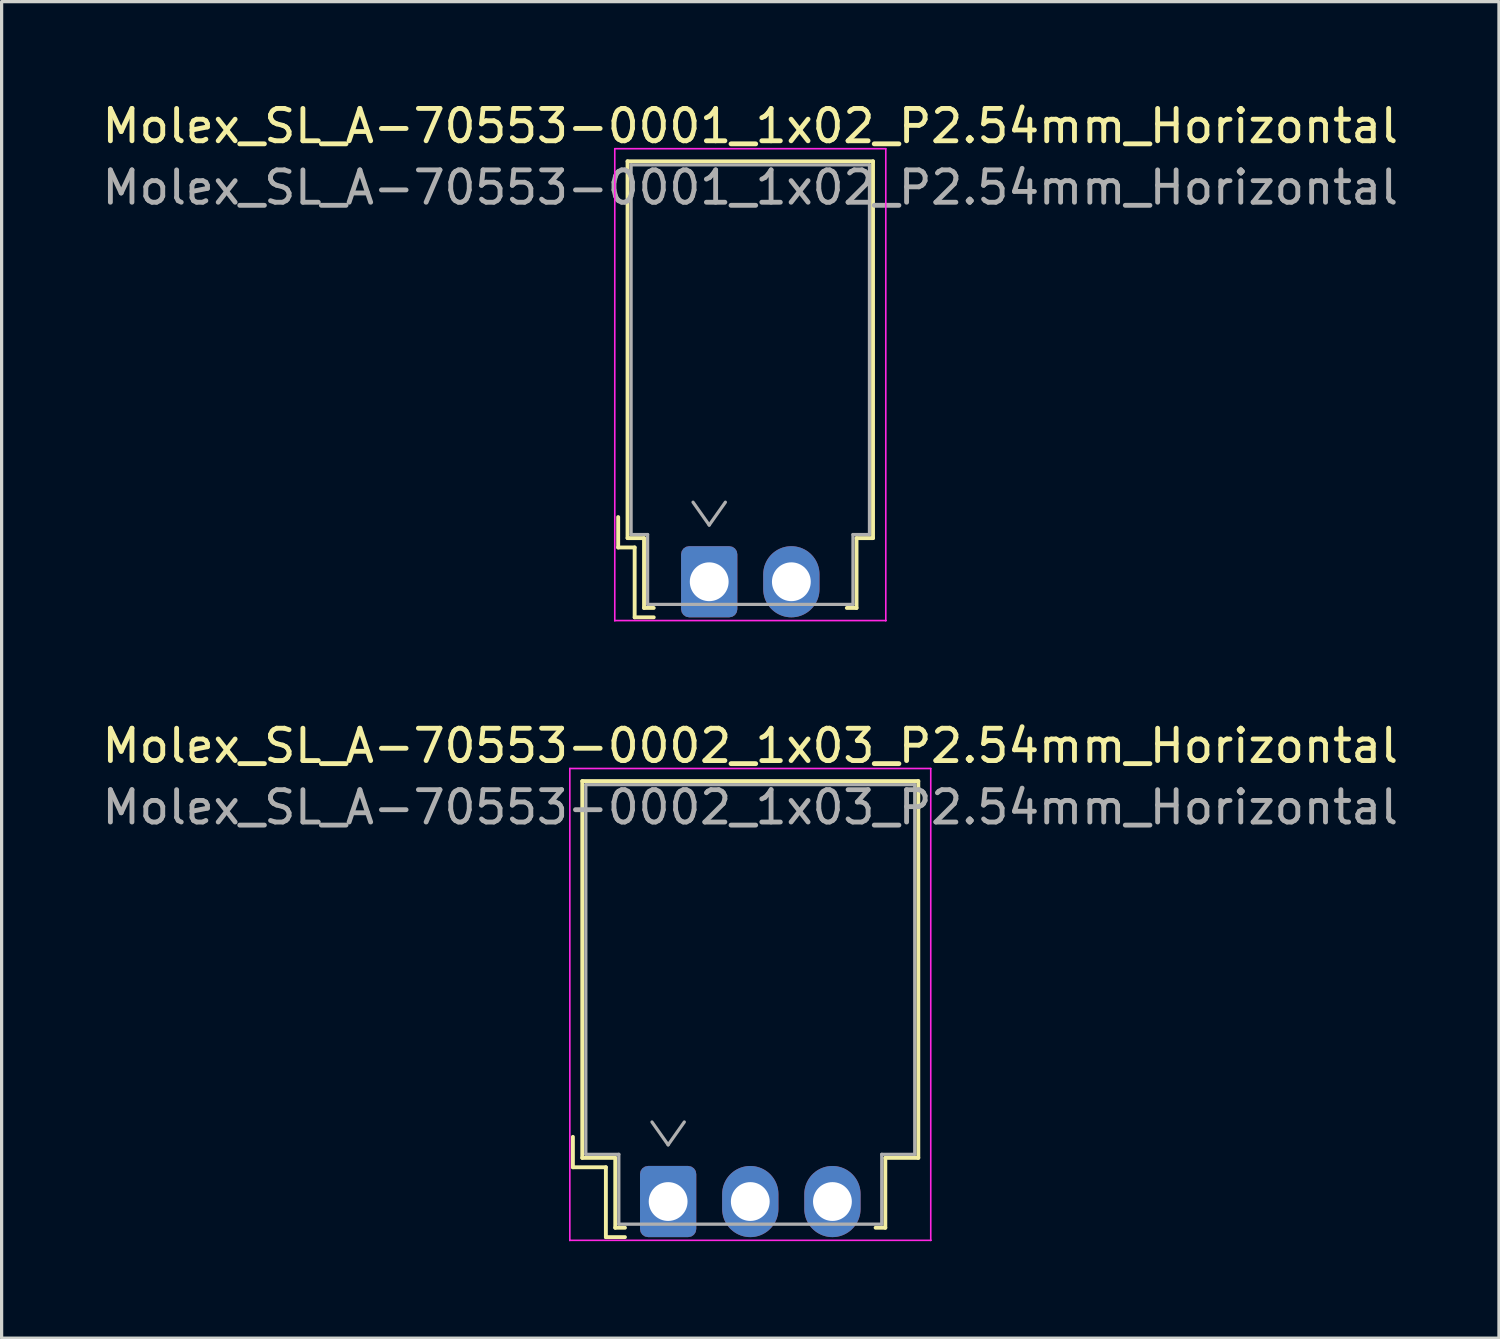
<source format=kicad_pcb>
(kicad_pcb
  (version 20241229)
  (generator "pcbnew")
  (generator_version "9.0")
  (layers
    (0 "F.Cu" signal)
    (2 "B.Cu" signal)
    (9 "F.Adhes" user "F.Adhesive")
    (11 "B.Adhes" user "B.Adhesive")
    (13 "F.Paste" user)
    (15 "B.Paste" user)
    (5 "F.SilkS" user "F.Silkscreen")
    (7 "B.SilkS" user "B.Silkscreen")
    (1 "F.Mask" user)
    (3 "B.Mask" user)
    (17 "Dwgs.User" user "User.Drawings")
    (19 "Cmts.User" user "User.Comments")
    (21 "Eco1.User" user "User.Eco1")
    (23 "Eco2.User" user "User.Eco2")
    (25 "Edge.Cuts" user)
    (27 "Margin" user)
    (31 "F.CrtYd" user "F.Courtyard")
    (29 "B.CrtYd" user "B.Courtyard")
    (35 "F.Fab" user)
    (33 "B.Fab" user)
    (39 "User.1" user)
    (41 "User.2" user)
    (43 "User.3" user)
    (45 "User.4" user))
  (footprint "Molex_SL_A-70553-0002_1x03_P2.54mm_Horizontal"
    (layer "F.Cu")
    (at 17.609 34.102)
    (property "Reference" "Molex_SL_A-70553-0002_1x03_P2.54mm_Horizontal" (at 2.54 -14.09 0) (layer "F.SilkS") (effects (font (size 1 1) (thickness 0.15))))
    (attr through_hole)
    (fp_line (start -2.945 -2) (end -2.945 -1.06) (stroke (width 0.12) (type solid)) (layer "F.SilkS"))
    (fp_line (start -2.945 -1.06) (end -1.925 -1.06) (stroke (width 0.12) (type solid)) (layer "F.SilkS"))
    (fp_line (start -2.655 -13) (end 7.735 -13) (stroke (width 0.12) (type solid)) (layer "F.SilkS"))
    (fp_line (start -2.655 -1.35) (end -2.655 -13) (stroke (width 0.12) (type solid)) (layer "F.SilkS"))
    (fp_line (start -2.655 -1.35) (end -1.635 -1.35) (stroke (width 0.12) (type solid)) (layer "F.SilkS"))
    (fp_line (start -1.925 -1.06) (end -1.925 1.1) (stroke (width 0.12) (type solid)) (layer "F.SilkS"))
    (fp_line (start -1.925 1.1) (end -1.335 1.1) (stroke (width 0.12) (type solid)) (layer "F.SilkS"))
    (fp_line (start -1.635 -1.35) (end -1.635 0.81) (stroke (width 0.12) (type solid)) (layer "F.SilkS"))
    (fp_line (start -1.635 0.81) (end -1.335 0.81) (stroke (width 0.12) (type solid)) (layer "F.SilkS"))
    (fp_line (start 6.715 -1.35) (end 6.715 0.81) (stroke (width 0.12) (type solid)) (layer "F.SilkS"))
    (fp_line (start 6.715 0.81) (end 6.415 0.81) (stroke (width 0.12) (type solid)) (layer "F.SilkS"))
    (fp_line (start 7.735 -13) (end 7.735 -1.35) (stroke (width 0.12) (type solid)) (layer "F.SilkS"))
    (fp_line (start 7.735 -1.35) (end 6.715 -1.35) (stroke (width 0.12) (type solid)) (layer "F.SilkS"))
    (fp_line (start -3.04 -13.39) (end -3.04 1.2) (stroke (width 0.05) (type solid)) (layer "F.CrtYd"))
    (fp_line (start -3.04 1.2) (end -3.04 1.2) (stroke (width 0.05) (type solid)) (layer "F.CrtYd"))
    (fp_line (start -3.04 1.2) (end -3.04 1.2) (stroke (width 0.05) (type solid)) (layer "F.CrtYd"))
    (fp_line (start -3.04 1.2) (end 8.12 1.2) (stroke (width 0.05) (type solid)) (layer "F.CrtYd"))
    (fp_line (start 8.12 -13.39) (end -3.04 -13.39) (stroke (width 0.05) (type solid)) (layer "F.CrtYd"))
    (fp_line (start 8.12 1.2) (end 8.12 -13.39) (stroke (width 0.05) (type solid)) (layer "F.CrtYd"))
    (fp_line (start 8.12 1.2) (end 8.12 1.2) (stroke (width 0.05) (type solid)) (layer "F.CrtYd"))
    (fp_line (start 8.12 1.2) (end 8.12 1.2) (stroke (width 0.05) (type solid)) (layer "F.CrtYd"))
    (fp_line (start -2.545 -12.89) (end -2.545 -1.46) (stroke (width 0.1) (type solid)) (layer "F.Fab"))
    (fp_line (start -2.545 -1.46) (end -1.525 -1.46) (stroke (width 0.1) (type solid)) (layer "F.Fab"))
    (fp_line (start -1.525 -1.46) (end -1.525 0.7) (stroke (width 0.1) (type solid)) (layer "F.Fab"))
    (fp_line (start -1.525 0.7) (end 6.605 0.7) (stroke (width 0.1) (type solid)) (layer "F.Fab"))
    (fp_line (start -0.5 -2.46) (end 0 -1.753) (stroke (width 0.1) (type solid)) (layer "F.Fab"))
    (fp_line (start 0 -1.753) (end 0.5 -2.46) (stroke (width 0.1) (type solid)) (layer "F.Fab"))
    (fp_line (start 6.605 -1.46) (end 7.625 -1.46) (stroke (width 0.1) (type solid)) (layer "F.Fab"))
    (fp_line (start 6.605 0.7) (end 6.605 -1.46) (stroke (width 0.1) (type solid)) (layer "F.Fab"))
    (fp_line (start 7.625 -12.89) (end -2.545 -12.89) (stroke (width 0.1) (type solid)) (layer "F.Fab"))
    (fp_line (start 7.625 -1.46) (end 7.625 -12.89) (stroke (width 0.1) (type solid)) (layer "F.Fab"))
    (fp_text user "${REFERENCE}" (at 2.54 -12.19 0) (layer "F.Fab") (effects (font (size 1 1) (thickness 0.15))))
    (pad "1" thru_hole roundrect (at 0 0) (size 1.74 2.2) (drill 1.2) (layers "*.Cu" "*.Mask") (roundrect_rratio 0.144))
    (pad "2" thru_hole oval (at 2.54 0) (size 1.74 2.2) (drill 1.2) (layers "*.Cu" "*.Mask"))
    (pad "3" thru_hole oval (at 5.08 0) (size 1.74 2.2) (drill 1.2) (layers "*.Cu" "*.Mask")))
  (footprint "Molex_SL_A-70553-0001_1x02_P2.54mm_Horizontal"
    (layer "F.Cu")
    (at 18.879 14.938)
    (property "Reference" "Molex_SL_A-70553-0001_1x02_P2.54mm_Horizontal" (at 1.27 -14.09 0) (layer "F.SilkS") (effects (font (size 1 1) (thickness 0.15))))
    (attr through_hole)
    (fp_line (start -2.815 -2) (end -2.815 -1.06) (stroke (width 0.12) (type solid)) (layer "F.SilkS"))
    (fp_line (start -2.815 -1.06) (end -2.305 -1.06) (stroke (width 0.12) (type solid)) (layer "F.SilkS"))
    (fp_line (start -2.525 -13) (end 5.065 -13) (stroke (width 0.12) (type solid)) (layer "F.SilkS"))
    (fp_line (start -2.525 -1.35) (end -2.525 -13) (stroke (width 0.12) (type solid)) (layer "F.SilkS"))
    (fp_line (start -2.525 -1.35) (end -2.015 -1.35) (stroke (width 0.12) (type solid)) (layer "F.SilkS"))
    (fp_line (start -2.305 -1.06) (end -2.305 1.1) (stroke (width 0.12) (type solid)) (layer "F.SilkS"))
    (fp_line (start -2.305 1.1) (end -1.715 1.1) (stroke (width 0.12) (type solid)) (layer "F.SilkS"))
    (fp_line (start -2.015 -1.35) (end -2.015 0.81) (stroke (width 0.12) (type solid)) (layer "F.SilkS"))
    (fp_line (start -2.015 0.81) (end -1.715 0.81) (stroke (width 0.12) (type solid)) (layer "F.SilkS"))
    (fp_line (start 4.555 -1.35) (end 4.555 0.81) (stroke (width 0.12) (type solid)) (layer "F.SilkS"))
    (fp_line (start 4.555 0.81) (end 4.255 0.81) (stroke (width 0.12) (type solid)) (layer "F.SilkS"))
    (fp_line (start 5.065 -13) (end 5.065 -1.35) (stroke (width 0.12) (type solid)) (layer "F.SilkS"))
    (fp_line (start 5.065 -1.35) (end 4.555 -1.35) (stroke (width 0.12) (type solid)) (layer "F.SilkS"))
    (fp_line (start -2.92 -13.39) (end -2.92 1.2) (stroke (width 0.05) (type solid)) (layer "F.CrtYd"))
    (fp_line (start -2.92 1.2) (end -2.92 1.2) (stroke (width 0.05) (type solid)) (layer "F.CrtYd"))
    (fp_line (start -2.92 1.2) (end -2.92 1.2) (stroke (width 0.05) (type solid)) (layer "F.CrtYd"))
    (fp_line (start -2.92 1.2) (end 5.46 1.2) (stroke (width 0.05) (type solid)) (layer "F.CrtYd"))
    (fp_line (start 5.46 -13.39) (end -2.92 -13.39) (stroke (width 0.05) (type solid)) (layer "F.CrtYd"))
    (fp_line (start 5.46 1.2) (end 5.46 -13.39) (stroke (width 0.05) (type solid)) (layer "F.CrtYd"))
    (fp_line (start 5.46 1.2) (end 5.46 1.2) (stroke (width 0.05) (type solid)) (layer "F.CrtYd"))
    (fp_line (start 5.46 1.2) (end 5.46 1.2) (stroke (width 0.05) (type solid)) (layer "F.CrtYd"))
    (fp_line (start -2.415 -12.89) (end -2.415 -1.46) (stroke (width 0.1) (type solid)) (layer "F.Fab"))
    (fp_line (start -2.415 -1.46) (end -1.905 -1.46) (stroke (width 0.1) (type solid)) (layer "F.Fab"))
    (fp_line (start -1.905 -1.46) (end -1.905 0.7) (stroke (width 0.1) (type solid)) (layer "F.Fab"))
    (fp_line (start -1.905 0.7) (end 4.445 0.7) (stroke (width 0.1) (type solid)) (layer "F.Fab"))
    (fp_line (start -0.5 -2.46) (end 0 -1.753) (stroke (width 0.1) (type solid)) (layer "F.Fab"))
    (fp_line (start 0 -1.753) (end 0.5 -2.46) (stroke (width 0.1) (type solid)) (layer "F.Fab"))
    (fp_line (start 4.445 -1.46) (end 4.955 -1.46) (stroke (width 0.1) (type solid)) (layer "F.Fab"))
    (fp_line (start 4.445 0.7) (end 4.445 -1.46) (stroke (width 0.1) (type solid)) (layer "F.Fab"))
    (fp_line (start 4.955 -12.89) (end -2.415 -12.89) (stroke (width 0.1) (type solid)) (layer "F.Fab"))
    (fp_line (start 4.955 -1.46) (end 4.955 -12.89) (stroke (width 0.1) (type solid)) (layer "F.Fab"))
    (fp_text user "${REFERENCE}" (at 1.27 -12.19 0) (layer "F.Fab") (effects (font (size 1 1) (thickness 0.15))))
    (pad "1" thru_hole roundrect (at 0 0) (size 1.74 2.2) (drill 1.2) (layers "*.Cu" "*.Mask") (roundrect_rratio 0.144))
    (pad "2" thru_hole oval (at 2.54 0) (size 1.74 2.2) (drill 1.2) (layers "*.Cu" "*.Mask")))
  (gr_rect
    (start -3 -3)
    (end 43.298 38.327)
    (stroke (width 0.1) (type default))
    (fill no)
    (layer "Edge.Cuts")))
</source>
